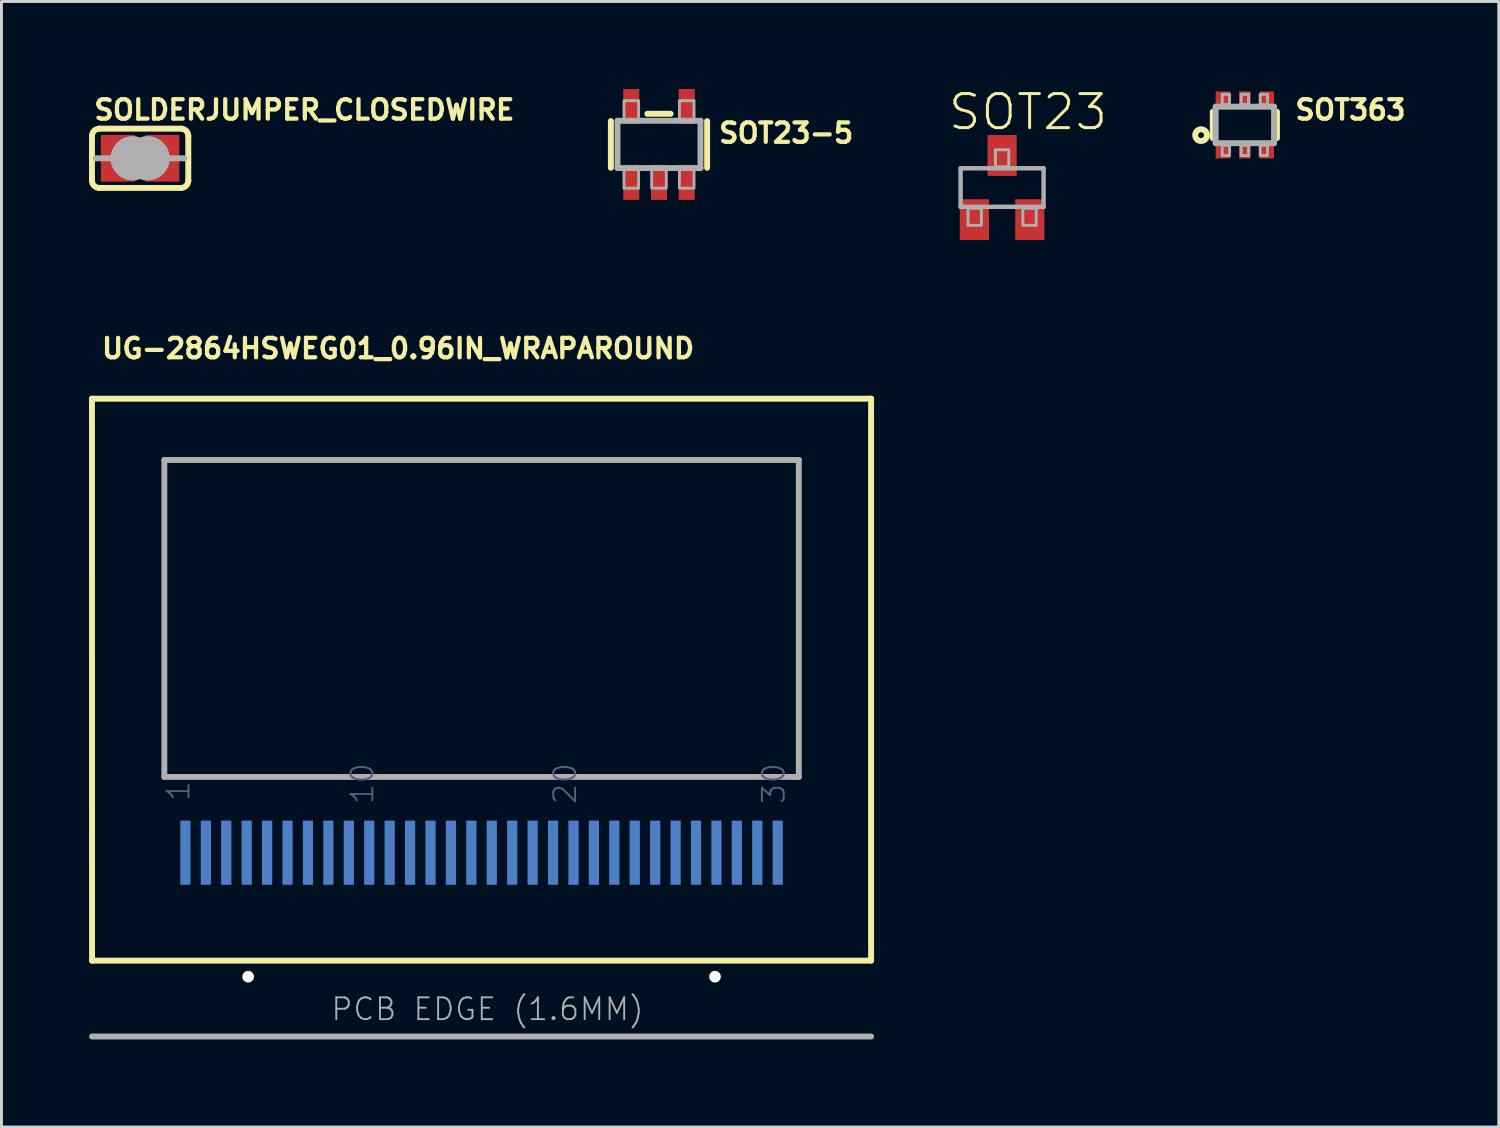
<source format=kicad_pcb>
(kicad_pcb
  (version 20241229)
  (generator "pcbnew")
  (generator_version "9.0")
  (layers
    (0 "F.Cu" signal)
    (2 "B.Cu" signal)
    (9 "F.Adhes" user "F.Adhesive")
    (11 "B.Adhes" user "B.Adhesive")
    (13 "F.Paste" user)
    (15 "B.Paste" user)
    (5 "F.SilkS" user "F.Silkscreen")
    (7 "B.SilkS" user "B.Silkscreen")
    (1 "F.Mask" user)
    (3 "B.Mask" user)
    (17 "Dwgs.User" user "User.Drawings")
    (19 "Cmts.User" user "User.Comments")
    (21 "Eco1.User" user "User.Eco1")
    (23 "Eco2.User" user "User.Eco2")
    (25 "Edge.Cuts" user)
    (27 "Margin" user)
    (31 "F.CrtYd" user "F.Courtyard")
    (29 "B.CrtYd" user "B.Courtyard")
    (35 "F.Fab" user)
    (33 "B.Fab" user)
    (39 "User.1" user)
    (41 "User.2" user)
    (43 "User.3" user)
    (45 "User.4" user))
  (footprint "SOLDERJUMPER_CLOSEDWIRE"
    (layer "F.Cu")
    (at 1.753 2.375)
    (property "Reference" "SOLDERJUMPER_CLOSEDWIRE" (at -1.651 -1.27 0) (layer "F.SilkS") (effects (font (size 0.666 0.666) (thickness 0.146)) (justify left bottom)))
    (fp_poly (pts (xy 1.397 0.889) (xy -1.397 0.889) (xy -1.397 -0.889) (xy 1.397 -0.889)) (stroke (width 0) (type solid)) (fill yes) (layer "F.Mask"))
    (fp_line (start -1.651 0.762) (end -1.651 -0.762) (stroke (width 0.203) (type solid)) (layer "F.SilkS"))
    (fp_line (start -1.397 -1.016) (end 1.397 -1.016) (stroke (width 0.203) (type solid)) (layer "F.SilkS"))
    (fp_line (start 1.397 1.016) (end -1.397 1.016) (stroke (width 0.203) (type solid)) (layer "F.SilkS"))
    (fp_line (start 1.651 0.762) (end 1.651 -0.762) (stroke (width 0.203) (type solid)) (layer "F.SilkS"))
    (fp_arc (start -1.651 -0.762) (mid -1.576605 -0.941605) (end -1.397 -1.016) (stroke (width 0.2032) (type solid)) (layer "F.SilkS"))
    (fp_arc (start -1.397 1.016) (mid -1.576605 0.941605) (end -1.651 0.762) (stroke (width 0.2032) (type solid)) (layer "F.SilkS"))
    (fp_arc (start 1.397 -1.016) (mid 1.576605 -0.941605) (end 1.651 -0.762) (stroke (width 0.2032) (type solid)) (layer "F.SilkS"))
    (fp_arc (start 1.651 0.762) (mid 1.576605 0.941605) (end 1.397 1.016) (stroke (width 0.2032) (type solid)) (layer "F.SilkS"))
    (fp_line (start -1.016 0) (end -1.524 0) (stroke (width 0.203) (type solid)) (layer "F.Fab"))
    (fp_line (start 1.016 0) (end 1.524 0) (stroke (width 0.203) (type solid)) (layer "F.Fab"))
    (fp_arc (start -0.254 0.127) (mid -0.381 0) (end -0.254 -0.127) (stroke (width 1.27) (type solid)) (layer "F.Fab"))
    (fp_arc (start 0.254 -0.127) (mid 0.381 0) (end 0.254 0.127) (stroke (width 1.27) (type solid)) (layer "F.Fab"))
    (pad "1" smd rect (at -0.762 0) (size 1.168 1.6) (layers "F.Cu"))
    (pad "2" smd rect (at 0.762 0) (size 1.168 1.6) (layers "F.Cu"))
    (pad "WIRE" smd rect (at 0 0 180) (size 0.635 0.203) (layers "F.Cu")))
  (footprint "SOT23-5"
    (layer "F.Cu")
    (at 19.536 1.9)
    (property "Reference" "SOT23-5" (at 1.978 0 0) (layer "F.SilkS") (effects (font (size 0.666 0.666) (thickness 0.146)) (justify left bottom)))
    (fp_line (start -1.65 -0.8) (end -1.65 0.8) (stroke (width 0.203) (type solid)) (layer "F.SilkS"))
    (fp_line (start -0.4 -1.05) (end 0.4 -1.05) (stroke (width 0.203) (type solid)) (layer "F.SilkS"))
    (fp_line (start 1.65 -0.8) (end 1.65 0.8) (stroke (width 0.203) (type solid)) (layer "F.SilkS"))
    (fp_line (start -1.422 -0.81) (end 1.422 -0.81) (stroke (width 0.203) (type solid)) (layer "F.Fab"))
    (fp_line (start -1.422 0.81) (end -1.422 -0.81) (stroke (width 0.203) (type solid)) (layer "F.Fab"))
    (fp_line (start 1.422 -0.81) (end 1.422 0.81) (stroke (width 0.203) (type solid)) (layer "F.Fab"))
    (fp_line (start 1.422 0.81) (end -1.422 0.81) (stroke (width 0.203) (type solid)) (layer "F.Fab"))
    (fp_poly (pts (xy -1.2 -0.85) (xy -0.7 -0.85) (xy -0.7 -1.5) (xy -1.2 -1.5)) (stroke (width 0.1) (type solid)) (fill no) (layer "F.Fab"))
    (fp_poly (pts (xy -1.2 1.5) (xy -0.7 1.5) (xy -0.7 0.85) (xy -1.2 0.85)) (stroke (width 0.1) (type solid)) (fill no) (layer "F.Fab"))
    (fp_poly (pts (xy -0.25 1.5) (xy 0.25 1.5) (xy 0.25 0.85) (xy -0.25 0.85)) (stroke (width 0.1) (type solid)) (fill no) (layer "F.Fab"))
    (fp_poly (pts (xy 0.7 -0.85) (xy 1.2 -0.85) (xy 1.2 -1.5) (xy 0.7 -1.5)) (stroke (width 0.1) (type solid)) (fill no) (layer "F.Fab"))
    (fp_poly (pts (xy 0.7 1.5) (xy 1.2 1.5) (xy 1.2 0.85) (xy 0.7 0.85)) (stroke (width 0.1) (type solid)) (fill no) (layer "F.Fab"))
    (pad "1" smd rect (at -0.95 1.3) (size 0.55 1.2) (layers "F.Cu" "F.Mask" "F.Paste"))
    (pad "2" smd rect (at 0 1.3) (size 0.55 1.2) (layers "F.Cu" "F.Mask" "F.Paste"))
    (pad "3" smd rect (at 0.95 1.3) (size 0.55 1.2) (layers "F.Cu" "F.Mask" "F.Paste"))
    (pad "4" smd rect (at 0.95 -1.3) (size 0.55 1.2) (layers "F.Cu" "F.Mask" "F.Paste"))
    (pad "5" smd rect (at -0.95 -1.3) (size 0.55 1.2) (layers "F.Cu" "F.Mask" "F.Paste")))
  (footprint "SOT363"
    (layer "F.Cu")
    (at 39.615 1.232)
    (property "Reference" "SOT363" (at 1.651 -0.127 0) (layer "F.SilkS") (effects (font (size 0.666 0.666) (thickness 0.146)) (justify left bottom)))
    (fp_line (start -1.1 -0.45) (end -1.1 0.45) (stroke (width 0.203) (type solid)) (layer "F.SilkS"))
    (fp_line (start 1.1 -0.45) (end 1.1 0.45) (stroke (width 0.203) (type solid)) (layer "F.SilkS"))
    (fp_circle (center -1.5 0.35) (end -1.4 0.35) (stroke (width 0.203) (type solid)) (fill no) (layer "F.SilkS"))
    (fp_line (start -1 -0.625) (end 1 -0.625) (stroke (width 0.203) (type solid)) (layer "F.Fab"))
    (fp_line (start -1 0.625) (end -1 -0.625) (stroke (width 0.203) (type solid)) (layer "F.Fab"))
    (fp_line (start 1 -0.625) (end 1 0.625) (stroke (width 0.203) (type solid)) (layer "F.Fab"))
    (fp_line (start 1 0.625) (end -1 0.625) (stroke (width 0.203) (type solid)) (layer "F.Fab"))
    (fp_poly (pts (xy -0.775 -0.7) (xy -0.525 -0.7) (xy -0.525 -1.05) (xy -0.775 -1.05)) (stroke (width 0.1) (type solid)) (fill no) (layer "F.Fab"))
    (fp_poly (pts (xy -0.775 1.05) (xy -0.525 1.05) (xy -0.525 0.7) (xy -0.775 0.7)) (stroke (width 0.1) (type solid)) (fill no) (layer "F.Fab"))
    (fp_poly (pts (xy -0.125 -0.7) (xy 0.125 -0.7) (xy 0.125 -1.05) (xy -0.125 -1.05)) (stroke (width 0.1) (type solid)) (fill no) (layer "F.Fab"))
    (fp_poly (pts (xy -0.125 1.05) (xy 0.125 1.05) (xy 0.125 0.7) (xy -0.125 0.7)) (stroke (width 0.1) (type solid)) (fill no) (layer "F.Fab"))
    (fp_poly (pts (xy 0.525 -0.7) (xy 0.775 -0.7) (xy 0.775 -1.05) (xy 0.525 -1.05)) (stroke (width 0.1) (type solid)) (fill no) (layer "F.Fab"))
    (fp_poly (pts (xy 0.525 1.05) (xy 0.775 1.05) (xy 0.775 0.7) (xy 0.525 0.7)) (stroke (width 0.1) (type solid)) (fill no) (layer "F.Fab"))
    (pad "1" smd rect (at -0.75 0.9) (size 0.5 0.5) (layers "F.Cu" "F.Mask" "F.Paste"))
    (pad "2" smd rect (at 0 0.9) (size 0.4 0.5) (layers "F.Cu" "F.Mask" "F.Paste"))
    (pad "3" smd rect (at 0.75 0.9) (size 0.5 0.5) (layers "F.Cu" "F.Mask" "F.Paste"))
    (pad "4" smd rect (at 0.75 -0.9) (size 0.5 0.5) (layers "F.Cu" "F.Mask" "F.Paste"))
    (pad "5" smd rect (at 0 -0.9) (size 0.4 0.5) (layers "F.Cu" "F.Mask" "F.Paste"))
    (pad "6" smd rect (at -0.75 -0.9) (size 0.5 0.5) (layers "F.Cu" "F.Mask" "F.Paste")))
  (footprint "UG-2864HSWEG01_0.96IN_WRAPAROUND"
    (layer "F.Cu")
    (at 13.455 24.974)
    (property "Reference" "UG-2864HSWEG01_0.96IN_WRAPAROUND" (at -13.09 -15.69 0) (layer "F.SilkS") (effects (font (size 0.666 0.666) (thickness 0.146)) (justify left bottom)))
    (fp_line (start -13.353 -14.36) (end 13.35 -14.36) (stroke (width 0.203) (type solid)) (layer "F.SilkS"))
    (fp_line (start -13.35 4.9) (end -13.353 -14.36) (stroke (width 0.203) (type solid)) (layer "F.SilkS"))
    (fp_line (start 13.35 -14.36) (end 13.35 4.9) (stroke (width 0.203) (type solid)) (layer "F.SilkS"))
    (fp_line (start 13.35 4.9) (end -13.35 4.9) (stroke (width 0.203) (type solid)) (layer "F.SilkS"))
    (fp_line (start -10.872 -12.26) (end 10.872 -12.26) (stroke (width 0.203) (type solid)) (layer "F.Fab"))
    (fp_line (start -10.872 -1.396) (end -10.872 -12.26) (stroke (width 0.203) (type solid)) (layer "F.Fab"))
    (fp_line (start 10.872 -12.26) (end 10.872 -1.396) (stroke (width 0.203) (type solid)) (layer "F.Fab"))
    (fp_line (start 10.872 -1.396) (end -10.872 -1.396) (stroke (width 0.203) (type solid)) (layer "F.Fab"))
    (fp_line (start 13.35 7.5) (end -13.35 7.5) (stroke (width 0.203) (type solid)) (layer "F.Fab"))
    (fp_text user "30" (at 10.45 -0.412 90) (layer "B.Fab") (effects (font (size 0.748 0.748) (thickness 0.065)) (justify left bottom)))
    (fp_text user "10" (at -3.65 -0.412 90) (layer "B.Fab") (effects (font (size 0.748 0.748) (thickness 0.065)) (justify left bottom)))
    (fp_text user "20" (at 3.3 -0.412 90) (layer "B.Fab") (effects (font (size 0.748 0.748) (thickness 0.065)) (justify left bottom)))
    (fp_text user "1" (at -9.95 -0.512 90) (layer "B.Fab") (effects (font (size 0.748 0.748) (thickness 0.065)) (justify left bottom)))
    (fp_text user "PCB EDGE (1.6MM)" (at -5.2 7 0) (layer "F.Fab") (effects (font (size 0.748 0.748) (thickness 0.065)) (justify left bottom)))
    (pad "" np_thru_hole circle (at -8 5.45) (size 0.4 0.4) (drill 0.4) (layers "*.Cu" "*.Mask"))
    (pad "" np_thru_hole circle (at 8 5.45) (size 0.4 0.4) (drill 0.4) (layers "*.Cu" "*.Mask"))
    (pad "1" smd rect (at -10.15 1.2 90) (size 2.2 0.35) (layers "B.Cu" "B.Mask"))
    (pad "2" smd rect (at -9.45 1.2 90) (size 2.2 0.35) (layers "B.Cu" "B.Mask"))
    (pad "3" smd rect (at -8.75 1.2 90) (size 2.2 0.35) (layers "B.Cu" "B.Mask"))
    (pad "4" smd rect (at -8.05 1.2 90) (size 2.2 0.35) (layers "B.Cu" "B.Mask"))
    (pad "5" smd rect (at -7.35 1.2 90) (size 2.2 0.35) (layers "B.Cu" "B.Mask"))
    (pad "6" smd rect (at -6.65 1.2 90) (size 2.2 0.35) (layers "B.Cu" "B.Mask"))
    (pad "7" smd rect (at -5.95 1.2 90) (size 2.2 0.35) (layers "B.Cu" "B.Mask"))
    (pad "8" smd rect (at -5.25 1.2 90) (size 2.2 0.35) (layers "B.Cu" "B.Mask"))
    (pad "9" smd rect (at -4.55 1.2 90) (size 2.2 0.35) (layers "B.Cu" "B.Mask"))
    (pad "10" smd rect (at -3.85 1.2 90) (size 2.2 0.35) (layers "B.Cu" "B.Mask"))
    (pad "11" smd rect (at -3.15 1.2 90) (size 2.2 0.35) (layers "B.Cu" "B.Mask"))
    (pad "12" smd rect (at -2.45 1.2 90) (size 2.2 0.35) (layers "B.Cu" "B.Mask"))
    (pad "13" smd rect (at -1.75 1.2 90) (size 2.2 0.35) (layers "B.Cu" "B.Mask"))
    (pad "14" smd rect (at -1.05 1.2 90) (size 2.2 0.35) (layers "B.Cu" "B.Mask"))
    (pad "15" smd rect (at -0.35 1.2 90) (size 2.2 0.35) (layers "B.Cu" "B.Mask"))
    (pad "16" smd rect (at 0.35 1.2 90) (size 2.2 0.35) (layers "B.Cu" "B.Mask"))
    (pad "17" smd rect (at 1.05 1.2 90) (size 2.2 0.35) (layers "B.Cu" "B.Mask"))
    (pad "18" smd rect (at 1.75 1.2 90) (size 2.2 0.35) (layers "B.Cu" "B.Mask"))
    (pad "19" smd rect (at 2.45 1.2 90) (size 2.2 0.35) (layers "B.Cu" "B.Mask"))
    (pad "20" smd rect (at 3.15 1.2 90) (size 2.2 0.35) (layers "B.Cu" "B.Mask"))
    (pad "21" smd rect (at 3.85 1.2 90) (size 2.2 0.35) (layers "B.Cu" "B.Mask"))
    (pad "22" smd rect (at 4.55 1.2 90) (size 2.2 0.35) (layers "B.Cu" "B.Mask"))
    (pad "23" smd rect (at 5.25 1.2 90) (size 2.2 0.35) (layers "B.Cu" "B.Mask"))
    (pad "24" smd rect (at 5.95 1.2 90) (size 2.2 0.35) (layers "B.Cu" "B.Mask"))
    (pad "25" smd rect (at 6.65 1.2 90) (size 2.2 0.35) (layers "B.Cu" "B.Mask"))
    (pad "26" smd rect (at 7.35 1.2 90) (size 2.2 0.35) (layers "B.Cu" "B.Mask"))
    (pad "27" smd rect (at 8.05 1.2 90) (size 2.2 0.35) (layers "B.Cu" "B.Mask"))
    (pad "28" smd rect (at 8.75 1.2 90) (size 2.2 0.35) (layers "B.Cu" "B.Mask"))
    (pad "29" smd rect (at 9.45 1.2 90) (size 2.2 0.35) (layers "B.Cu" "B.Mask"))
    (pad "30" smd rect (at 10.15 1.2 90) (size 2.2 0.35) (layers "B.Cu" "B.Mask")))
  (footprint "SOT23"
    (layer "F.Cu")
    (at 31.295 3.378)
    (property "Reference" "SOT23" (at -1.905 -1.905 0) (layer "F.SilkS") (effects (font (size 1.168 1.168) (thickness 0.102)) (justify left bottom)))
    (fp_line (start -1.422 -0.66) (end 1.422 -0.66) (stroke (width 0.152) (type solid)) (layer "F.Fab"))
    (fp_line (start -1.422 0.66) (end -1.422 -0.66) (stroke (width 0.152) (type solid)) (layer "F.Fab"))
    (fp_line (start 1.422 -0.66) (end 1.422 0.66) (stroke (width 0.152) (type solid)) (layer "F.Fab"))
    (fp_line (start 1.422 0.66) (end -1.422 0.66) (stroke (width 0.152) (type solid)) (layer "F.Fab"))
    (fp_poly (pts (xy -1.168 1.295) (xy -0.711 1.295) (xy -0.711 0.711) (xy -1.168 0.711)) (stroke (width 0.1) (type solid)) (fill no) (layer "F.Fab"))
    (fp_poly (pts (xy -0.229 -0.711) (xy 0.229 -0.711) (xy 0.229 -1.295) (xy -0.229 -1.295)) (stroke (width 0.1) (type solid)) (fill no) (layer "F.Fab"))
    (fp_poly (pts (xy 0.711 1.295) (xy 1.168 1.295) (xy 1.168 0.711) (xy 0.711 0.711)) (stroke (width 0.1) (type solid)) (fill no) (layer "F.Fab"))
    (pad "1" smd rect (at -0.95 1.1) (size 1 1.4) (layers "F.Cu" "F.Mask" "F.Paste"))
    (pad "2" smd rect (at 0.95 1.1) (size 1 1.4) (layers "F.Cu" "F.Mask" "F.Paste"))
    (pad "3" smd rect (at 0 -1.1) (size 1 1.4) (layers "F.Cu" "F.Mask" "F.Paste")))
  (gr_rect
    (start -3 -3)
    (end 48.317 35.575)
    (stroke (width 0.1) (type default))
    (fill no)
    (layer "Edge.Cuts")))
</source>
